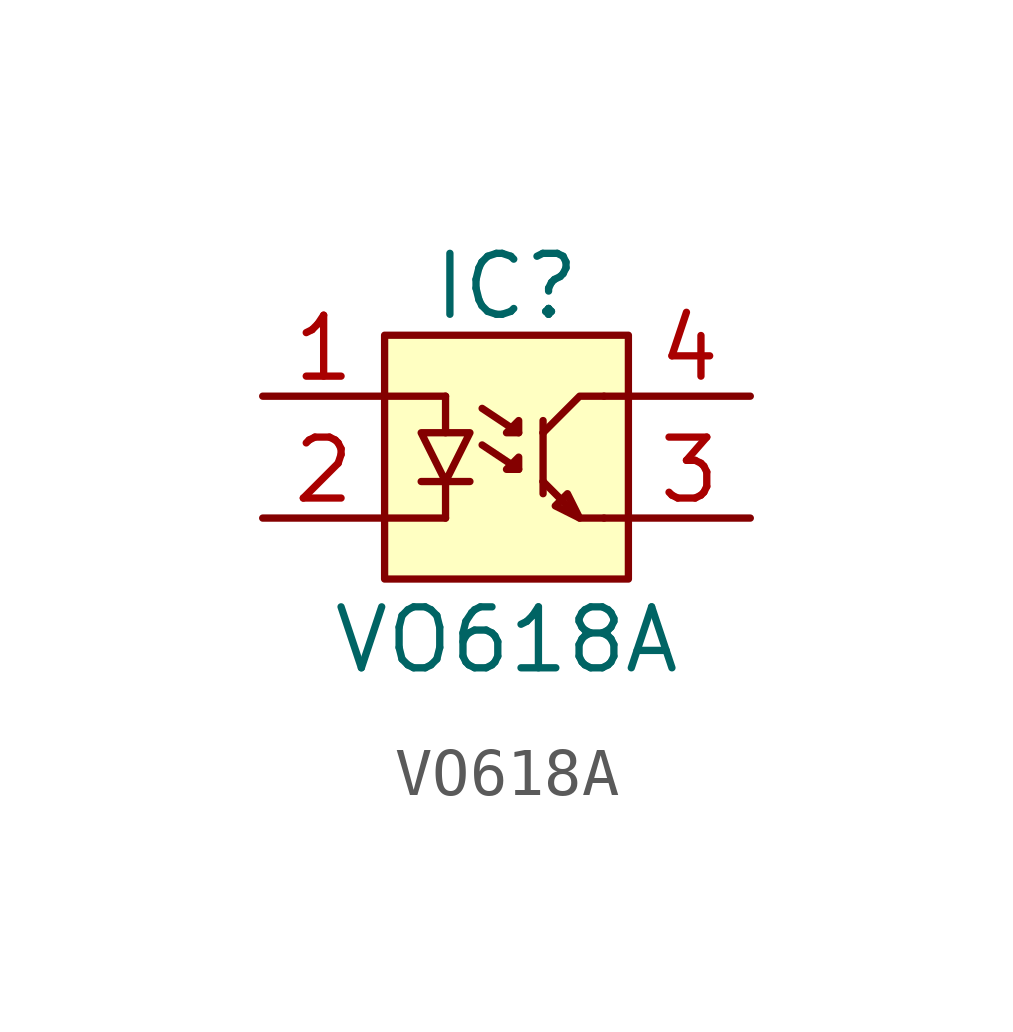
<source format=kicad_sym>
(kicad_symbol_lib
  (version 20211014)
  (generator kicad_symbol_editor)
  (symbol "VO618A"
    (pin_names
      (offset 1.016) hide)
    (property "Reference" "IC"
      (at 0 2.286 0)
      (effects (font (size 1.27 1.27))))
    (property "Value" "VO618A"
      (at 0 -5.08 0)
      (effects (font (size 1.27 1.27))))
    (symbol "VO618A_0_1"
      (rectangle (start -2.54 1.27) (end 2.54 -3.81) (stroke (width 0) (type default) (color 0 0 0 0)) (fill (type background)))
      (polyline (pts (xy -2.54 -2.54) (xy -1.27 -2.54)) (stroke (width 0) (type default) (color 0 0 0 0)) (fill (type none)))
      (polyline (pts (xy -2.54 0) (xy -1.27 0)) (stroke (width 0) (type default) (color 0 0 0 0)) (fill (type none)))
      (polyline (pts (xy -1.778 -1.778) (xy -0.762 -1.778)) (stroke (width 0) (type default) (color 0 0 0 0)) (fill (type none)))
      (polyline (pts (xy -1.27 -1.778) (xy -1.27 -2.54)) (stroke (width 0) (type default) (color 0 0 0 0)) (fill (type none)))
      (polyline (pts (xy -1.27 -0.762) (xy -1.27 0)) (stroke (width 0) (type default) (color 0 0 0 0)) (fill (type none)))
      (polyline (pts (xy -0.508 -1.016) (xy 0.254 -1.524)) (stroke (width 0) (type default) (color 0 0 0 0)) (fill (type none)))
      (polyline (pts (xy -0.508 -0.254) (xy 0.254 -0.762)) (stroke (width 0) (type default) (color 0 0 0 0)) (fill (type none)))
      (polyline (pts (xy 0.762 -1.778) (xy 0.762 -2.032)) (stroke (width 0) (type default) (color 0 0 0 0)) (fill (type none)))
      (polyline (pts (xy 0.762 -0.762) (xy 0.762 -1.778)) (stroke (width 0) (type default) (color 0 0 0 0)) (fill (type none)))
      (polyline (pts (xy 0.762 -0.762) (xy 0.762 -0.508)) (stroke (width 0) (type default) (color 0 0 0 0)) (fill (type none)))
      (polyline (pts (xy 2.54 -2.54) (xy 2.032 -2.54)) (stroke (width 0) (type default) (color 0 0 0 0)) (fill (type none)))
      (polyline (pts (xy 2.54 0) (xy 2.032 0)) (stroke (width 0) (type default) (color 0 0 0 0)) (fill (type none)))
      (polyline (pts (xy 0.762 -1.778) (xy 1.524 -2.54) (xy 2.032 -2.54)) (stroke (width 0) (type default) (color 0 0 0 0)) (fill (type none)))
      (polyline (pts (xy 0.762 -0.762) (xy 1.524 0) (xy 2.032 0)) (stroke (width 0) (type default) (color 0 0 0 0)) (fill (type none)))
      (polyline (pts (xy -1.778 -0.762) (xy -0.762 -0.762) (xy -1.27 -1.778) (xy -1.778 -0.762)) (stroke (width 0) (type default) (color 0 0 0 0)) (fill (type none)))
      (polyline (pts (xy 0.254 -1.524) (xy 0.254 -1.27) (xy 0 -1.524) (xy 0.254 -1.524)) (stroke (width 0) (type default) (color 0 0 0 0)) (fill (type none)))
      (polyline (pts (xy 0.254 -0.762) (xy 0.254 -0.508) (xy 0 -0.762) (xy 0.254 -0.762)) (stroke (width 0) (type default) (color 0 0 0 0)) (fill (type none)))
      (polyline (pts (xy 1.016 -2.286) (xy 1.27 -2.032) (xy 1.524 -2.54) (xy 1.016 -2.286)) (stroke (width 0) (type default) (color 0 0 0 0)) (fill (type none))))
    (symbol "VO618A_1_1"
      (pin passive line (at -5.08 0 0) (length 2.54) (name "LED_A" (effects (font (size 1.27 1.27)))) (number "1" (effects (font (size 1.27 1.27)))))
      (pin passive line (at -5.08 -2.54 0) (length 2.54) (name "LED_C" (effects (font (size 1.27 1.27)))) (number "2" (effects (font (size 1.27 1.27)))))
      (pin passive line (at 5.08 -2.54 180) (length 2.54) (name "BJT_E" (effects (font (size 1.27 1.27)))) (number "3" (effects (font (size 1.27 1.27)))))
      (pin passive line (at 5.08 0 180) (length 2.54) (name "BJT_C" (effects (font (size 1.27 1.27)))) (number "4" (effects (font (size 1.27 1.27))))))))
</source>
